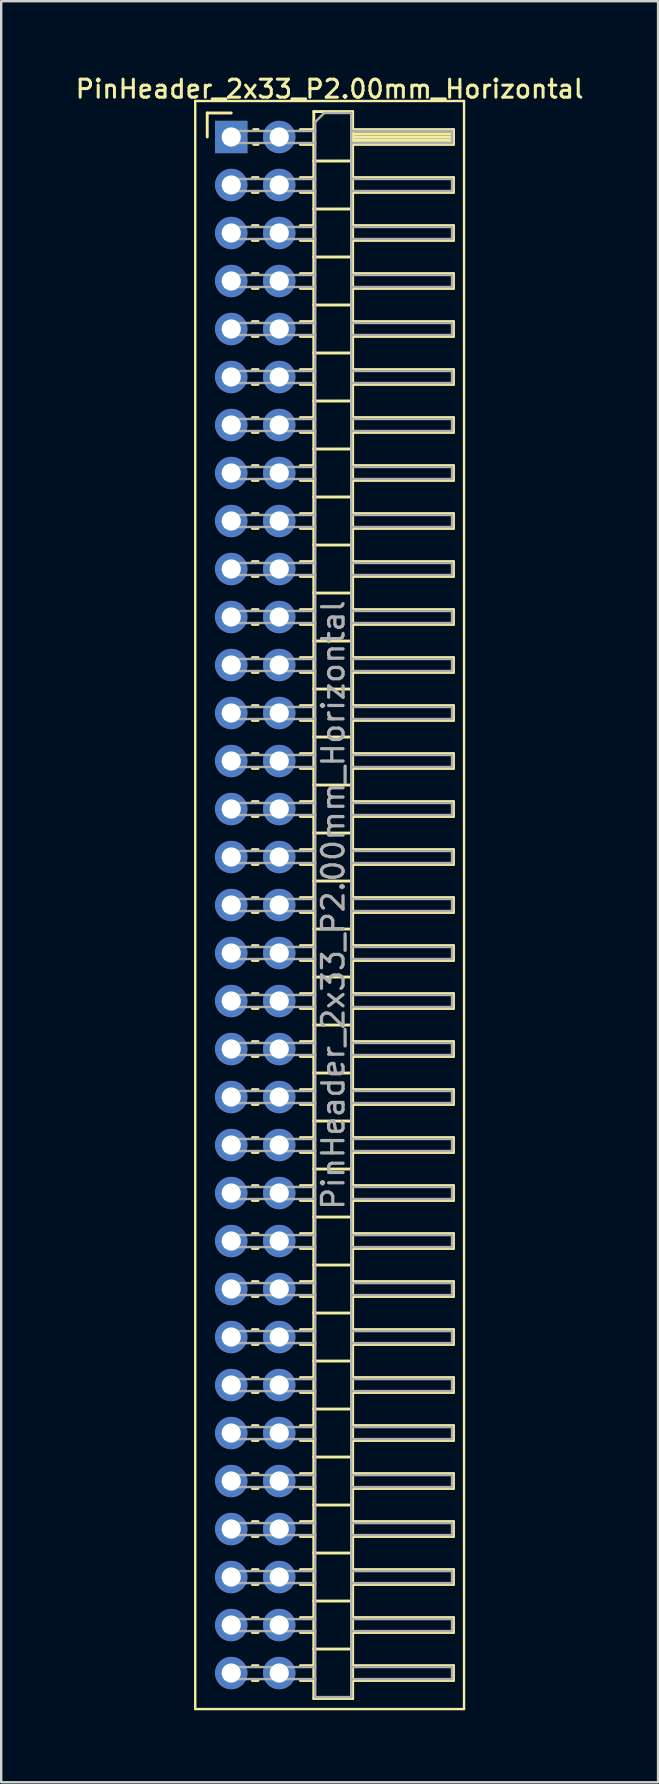
<source format=kicad_pcb>
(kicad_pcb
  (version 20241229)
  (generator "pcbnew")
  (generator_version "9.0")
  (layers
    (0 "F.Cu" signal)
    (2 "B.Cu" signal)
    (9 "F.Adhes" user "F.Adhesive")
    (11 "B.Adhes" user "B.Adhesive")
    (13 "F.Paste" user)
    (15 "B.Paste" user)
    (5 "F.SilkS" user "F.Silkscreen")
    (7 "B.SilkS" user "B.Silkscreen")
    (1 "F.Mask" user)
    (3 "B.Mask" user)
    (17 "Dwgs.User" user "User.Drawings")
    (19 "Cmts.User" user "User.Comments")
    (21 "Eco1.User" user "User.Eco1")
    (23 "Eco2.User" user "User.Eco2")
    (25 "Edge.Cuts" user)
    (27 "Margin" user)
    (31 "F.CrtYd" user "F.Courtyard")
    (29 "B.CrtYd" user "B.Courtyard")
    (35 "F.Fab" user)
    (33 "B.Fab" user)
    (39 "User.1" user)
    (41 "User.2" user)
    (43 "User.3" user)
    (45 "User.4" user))
  (footprint "PinHeader_2x33_P2.00mm_Horizontal"
    (layer "F.Cu")
    (at 6.584 2.658)
    (property "Reference" "PinHeader_2x33_P2.00mm_Horizontal" (at 4.1 -2 0) (layer "F.SilkS") (effects (font (size 0.75 0.75) (thickness 0.125))))
    (attr through_hole)
    (fp_line (start -1.5 -1.5) (end -1.5 65.5) (stroke (width 0.1) (type solid)) (layer "F.SilkS"))
    (fp_line (start -1.5 65.5) (end 9.7 65.5) (stroke (width 0.1) (type solid)) (layer "F.SilkS"))
    (fp_line (start -1 -1) (end 0 -1) (stroke (width 0.12) (type solid)) (layer "F.SilkS"))
    (fp_line (start -1 0) (end -1 -1) (stroke (width 0.12) (type solid)) (layer "F.SilkS"))
    (fp_line (start 0.882 1.69) (end 1.118 1.69) (stroke (width 0.12) (type solid)) (layer "F.SilkS"))
    (fp_line (start 0.882 2.31) (end 1.118 2.31) (stroke (width 0.12) (type solid)) (layer "F.SilkS"))
    (fp_line (start 0.882 3.69) (end 1.118 3.69) (stroke (width 0.12) (type solid)) (layer "F.SilkS"))
    (fp_line (start 0.882 4.31) (end 1.118 4.31) (stroke (width 0.12) (type solid)) (layer "F.SilkS"))
    (fp_line (start 0.882 5.69) (end 1.118 5.69) (stroke (width 0.12) (type solid)) (layer "F.SilkS"))
    (fp_line (start 0.882 6.31) (end 1.118 6.31) (stroke (width 0.12) (type solid)) (layer "F.SilkS"))
    (fp_line (start 0.882 7.69) (end 1.118 7.69) (stroke (width 0.12) (type solid)) (layer "F.SilkS"))
    (fp_line (start 0.882 8.31) (end 1.118 8.31) (stroke (width 0.12) (type solid)) (layer "F.SilkS"))
    (fp_line (start 0.882 9.69) (end 1.118 9.69) (stroke (width 0.12) (type solid)) (layer "F.SilkS"))
    (fp_line (start 0.882 10.31) (end 1.118 10.31) (stroke (width 0.12) (type solid)) (layer "F.SilkS"))
    (fp_line (start 0.882 11.69) (end 1.118 11.69) (stroke (width 0.12) (type solid)) (layer "F.SilkS"))
    (fp_line (start 0.882 12.31) (end 1.118 12.31) (stroke (width 0.12) (type solid)) (layer "F.SilkS"))
    (fp_line (start 0.882 13.69) (end 1.118 13.69) (stroke (width 0.12) (type solid)) (layer "F.SilkS"))
    (fp_line (start 0.882 14.31) (end 1.118 14.31) (stroke (width 0.12) (type solid)) (layer "F.SilkS"))
    (fp_line (start 0.882 15.69) (end 1.118 15.69) (stroke (width 0.12) (type solid)) (layer "F.SilkS"))
    (fp_line (start 0.882 16.31) (end 1.118 16.31) (stroke (width 0.12) (type solid)) (layer "F.SilkS"))
    (fp_line (start 0.882 17.69) (end 1.118 17.69) (stroke (width 0.12) (type solid)) (layer "F.SilkS"))
    (fp_line (start 0.882 18.31) (end 1.118 18.31) (stroke (width 0.12) (type solid)) (layer "F.SilkS"))
    (fp_line (start 0.882 19.69) (end 1.118 19.69) (stroke (width 0.12) (type solid)) (layer "F.SilkS"))
    (fp_line (start 0.882 20.31) (end 1.118 20.31) (stroke (width 0.12) (type solid)) (layer "F.SilkS"))
    (fp_line (start 0.882 21.69) (end 1.118 21.69) (stroke (width 0.12) (type solid)) (layer "F.SilkS"))
    (fp_line (start 0.882 22.31) (end 1.118 22.31) (stroke (width 0.12) (type solid)) (layer "F.SilkS"))
    (fp_line (start 0.882 23.69) (end 1.118 23.69) (stroke (width 0.12) (type solid)) (layer "F.SilkS"))
    (fp_line (start 0.882 24.31) (end 1.118 24.31) (stroke (width 0.12) (type solid)) (layer "F.SilkS"))
    (fp_line (start 0.882 25.69) (end 1.118 25.69) (stroke (width 0.12) (type solid)) (layer "F.SilkS"))
    (fp_line (start 0.882 26.31) (end 1.118 26.31) (stroke (width 0.12) (type solid)) (layer "F.SilkS"))
    (fp_line (start 0.882 27.69) (end 1.118 27.69) (stroke (width 0.12) (type solid)) (layer "F.SilkS"))
    (fp_line (start 0.882 28.31) (end 1.118 28.31) (stroke (width 0.12) (type solid)) (layer "F.SilkS"))
    (fp_line (start 0.882 29.69) (end 1.118 29.69) (stroke (width 0.12) (type solid)) (layer "F.SilkS"))
    (fp_line (start 0.882 30.31) (end 1.118 30.31) (stroke (width 0.12) (type solid)) (layer "F.SilkS"))
    (fp_line (start 0.882 31.69) (end 1.118 31.69) (stroke (width 0.12) (type solid)) (layer "F.SilkS"))
    (fp_line (start 0.882 32.31) (end 1.118 32.31) (stroke (width 0.12) (type solid)) (layer "F.SilkS"))
    (fp_line (start 0.882 33.69) (end 1.118 33.69) (stroke (width 0.12) (type solid)) (layer "F.SilkS"))
    (fp_line (start 0.882 34.31) (end 1.118 34.31) (stroke (width 0.12) (type solid)) (layer "F.SilkS"))
    (fp_line (start 0.882 35.69) (end 1.118 35.69) (stroke (width 0.12) (type solid)) (layer "F.SilkS"))
    (fp_line (start 0.882 36.31) (end 1.118 36.31) (stroke (width 0.12) (type solid)) (layer "F.SilkS"))
    (fp_line (start 0.882 37.69) (end 1.118 37.69) (stroke (width 0.12) (type solid)) (layer "F.SilkS"))
    (fp_line (start 0.882 38.31) (end 1.118 38.31) (stroke (width 0.12) (type solid)) (layer "F.SilkS"))
    (fp_line (start 0.882 39.69) (end 1.118 39.69) (stroke (width 0.12) (type solid)) (layer "F.SilkS"))
    (fp_line (start 0.882 40.31) (end 1.118 40.31) (stroke (width 0.12) (type solid)) (layer "F.SilkS"))
    (fp_line (start 0.882 41.69) (end 1.118 41.69) (stroke (width 0.12) (type solid)) (layer "F.SilkS"))
    (fp_line (start 0.882 42.31) (end 1.118 42.31) (stroke (width 0.12) (type solid)) (layer "F.SilkS"))
    (fp_line (start 0.882 43.69) (end 1.118 43.69) (stroke (width 0.12) (type solid)) (layer "F.SilkS"))
    (fp_line (start 0.882 44.31) (end 1.118 44.31) (stroke (width 0.12) (type solid)) (layer "F.SilkS"))
    (fp_line (start 0.882 45.69) (end 1.118 45.69) (stroke (width 0.12) (type solid)) (layer "F.SilkS"))
    (fp_line (start 0.882 46.31) (end 1.118 46.31) (stroke (width 0.12) (type solid)) (layer "F.SilkS"))
    (fp_line (start 0.882 47.69) (end 1.118 47.69) (stroke (width 0.12) (type solid)) (layer "F.SilkS"))
    (fp_line (start 0.882 48.31) (end 1.118 48.31) (stroke (width 0.12) (type solid)) (layer "F.SilkS"))
    (fp_line (start 0.882 49.69) (end 1.118 49.69) (stroke (width 0.12) (type solid)) (layer "F.SilkS"))
    (fp_line (start 0.882 50.31) (end 1.118 50.31) (stroke (width 0.12) (type solid)) (layer "F.SilkS"))
    (fp_line (start 0.882 51.69) (end 1.118 51.69) (stroke (width 0.12) (type solid)) (layer "F.SilkS"))
    (fp_line (start 0.882 52.31) (end 1.118 52.31) (stroke (width 0.12) (type solid)) (layer "F.SilkS"))
    (fp_line (start 0.882 53.69) (end 1.118 53.69) (stroke (width 0.12) (type solid)) (layer "F.SilkS"))
    (fp_line (start 0.882 54.31) (end 1.118 54.31) (stroke (width 0.12) (type solid)) (layer "F.SilkS"))
    (fp_line (start 0.882 55.69) (end 1.118 55.69) (stroke (width 0.12) (type solid)) (layer "F.SilkS"))
    (fp_line (start 0.882 56.31) (end 1.118 56.31) (stroke (width 0.12) (type solid)) (layer "F.SilkS"))
    (fp_line (start 0.882 57.69) (end 1.118 57.69) (stroke (width 0.12) (type solid)) (layer "F.SilkS"))
    (fp_line (start 0.882 58.31) (end 1.118 58.31) (stroke (width 0.12) (type solid)) (layer "F.SilkS"))
    (fp_line (start 0.882 59.69) (end 1.118 59.69) (stroke (width 0.12) (type solid)) (layer "F.SilkS"))
    (fp_line (start 0.882 60.31) (end 1.118 60.31) (stroke (width 0.12) (type solid)) (layer "F.SilkS"))
    (fp_line (start 0.882 61.69) (end 1.118 61.69) (stroke (width 0.12) (type solid)) (layer "F.SilkS"))
    (fp_line (start 0.882 62.31) (end 1.118 62.31) (stroke (width 0.12) (type solid)) (layer "F.SilkS"))
    (fp_line (start 0.882 63.69) (end 1.118 63.69) (stroke (width 0.12) (type solid)) (layer "F.SilkS"))
    (fp_line (start 0.882 64.31) (end 1.118 64.31) (stroke (width 0.12) (type solid)) (layer "F.SilkS"))
    (fp_line (start 0.935 -0.31) (end 1.118 -0.31) (stroke (width 0.12) (type solid)) (layer "F.SilkS"))
    (fp_line (start 0.935 0.31) (end 1.118 0.31) (stroke (width 0.12) (type solid)) (layer "F.SilkS"))
    (fp_line (start 2.882 -0.31) (end 3.44 -0.31) (stroke (width 0.12) (type solid)) (layer "F.SilkS"))
    (fp_line (start 2.882 0.31) (end 3.44 0.31) (stroke (width 0.12) (type solid)) (layer "F.SilkS"))
    (fp_line (start 2.882 1.69) (end 3.44 1.69) (stroke (width 0.12) (type solid)) (layer "F.SilkS"))
    (fp_line (start 2.882 2.31) (end 3.44 2.31) (stroke (width 0.12) (type solid)) (layer "F.SilkS"))
    (fp_line (start 2.882 3.69) (end 3.44 3.69) (stroke (width 0.12) (type solid)) (layer "F.SilkS"))
    (fp_line (start 2.882 4.31) (end 3.44 4.31) (stroke (width 0.12) (type solid)) (layer "F.SilkS"))
    (fp_line (start 2.882 5.69) (end 3.44 5.69) (stroke (width 0.12) (type solid)) (layer "F.SilkS"))
    (fp_line (start 2.882 6.31) (end 3.44 6.31) (stroke (width 0.12) (type solid)) (layer "F.SilkS"))
    (fp_line (start 2.882 7.69) (end 3.44 7.69) (stroke (width 0.12) (type solid)) (layer "F.SilkS"))
    (fp_line (start 2.882 8.31) (end 3.44 8.31) (stroke (width 0.12) (type solid)) (layer "F.SilkS"))
    (fp_line (start 2.882 9.69) (end 3.44 9.69) (stroke (width 0.12) (type solid)) (layer "F.SilkS"))
    (fp_line (start 2.882 10.31) (end 3.44 10.31) (stroke (width 0.12) (type solid)) (layer "F.SilkS"))
    (fp_line (start 2.882 11.69) (end 3.44 11.69) (stroke (width 0.12) (type solid)) (layer "F.SilkS"))
    (fp_line (start 2.882 12.31) (end 3.44 12.31) (stroke (width 0.12) (type solid)) (layer "F.SilkS"))
    (fp_line (start 2.882 13.69) (end 3.44 13.69) (stroke (width 0.12) (type solid)) (layer "F.SilkS"))
    (fp_line (start 2.882 14.31) (end 3.44 14.31) (stroke (width 0.12) (type solid)) (layer "F.SilkS"))
    (fp_line (start 2.882 15.69) (end 3.44 15.69) (stroke (width 0.12) (type solid)) (layer "F.SilkS"))
    (fp_line (start 2.882 16.31) (end 3.44 16.31) (stroke (width 0.12) (type solid)) (layer "F.SilkS"))
    (fp_line (start 2.882 17.69) (end 3.44 17.69) (stroke (width 0.12) (type solid)) (layer "F.SilkS"))
    (fp_line (start 2.882 18.31) (end 3.44 18.31) (stroke (width 0.12) (type solid)) (layer "F.SilkS"))
    (fp_line (start 2.882 19.69) (end 3.44 19.69) (stroke (width 0.12) (type solid)) (layer "F.SilkS"))
    (fp_line (start 2.882 20.31) (end 3.44 20.31) (stroke (width 0.12) (type solid)) (layer "F.SilkS"))
    (fp_line (start 2.882 21.69) (end 3.44 21.69) (stroke (width 0.12) (type solid)) (layer "F.SilkS"))
    (fp_line (start 2.882 22.31) (end 3.44 22.31) (stroke (width 0.12) (type solid)) (layer "F.SilkS"))
    (fp_line (start 2.882 23.69) (end 3.44 23.69) (stroke (width 0.12) (type solid)) (layer "F.SilkS"))
    (fp_line (start 2.882 24.31) (end 3.44 24.31) (stroke (width 0.12) (type solid)) (layer "F.SilkS"))
    (fp_line (start 2.882 25.69) (end 3.44 25.69) (stroke (width 0.12) (type solid)) (layer "F.SilkS"))
    (fp_line (start 2.882 26.31) (end 3.44 26.31) (stroke (width 0.12) (type solid)) (layer "F.SilkS"))
    (fp_line (start 2.882 27.69) (end 3.44 27.69) (stroke (width 0.12) (type solid)) (layer "F.SilkS"))
    (fp_line (start 2.882 28.31) (end 3.44 28.31) (stroke (width 0.12) (type solid)) (layer "F.SilkS"))
    (fp_line (start 2.882 29.69) (end 3.44 29.69) (stroke (width 0.12) (type solid)) (layer "F.SilkS"))
    (fp_line (start 2.882 30.31) (end 3.44 30.31) (stroke (width 0.12) (type solid)) (layer "F.SilkS"))
    (fp_line (start 2.882 31.69) (end 3.44 31.69) (stroke (width 0.12) (type solid)) (layer "F.SilkS"))
    (fp_line (start 2.882 32.31) (end 3.44 32.31) (stroke (width 0.12) (type solid)) (layer "F.SilkS"))
    (fp_line (start 2.882 33.69) (end 3.44 33.69) (stroke (width 0.12) (type solid)) (layer "F.SilkS"))
    (fp_line (start 2.882 34.31) (end 3.44 34.31) (stroke (width 0.12) (type solid)) (layer "F.SilkS"))
    (fp_line (start 2.882 35.69) (end 3.44 35.69) (stroke (width 0.12) (type solid)) (layer "F.SilkS"))
    (fp_line (start 2.882 36.31) (end 3.44 36.31) (stroke (width 0.12) (type solid)) (layer "F.SilkS"))
    (fp_line (start 2.882 37.69) (end 3.44 37.69) (stroke (width 0.12) (type solid)) (layer "F.SilkS"))
    (fp_line (start 2.882 38.31) (end 3.44 38.31) (stroke (width 0.12) (type solid)) (layer "F.SilkS"))
    (fp_line (start 2.882 39.69) (end 3.44 39.69) (stroke (width 0.12) (type solid)) (layer "F.SilkS"))
    (fp_line (start 2.882 40.31) (end 3.44 40.31) (stroke (width 0.12) (type solid)) (layer "F.SilkS"))
    (fp_line (start 2.882 41.69) (end 3.44 41.69) (stroke (width 0.12) (type solid)) (layer "F.SilkS"))
    (fp_line (start 2.882 42.31) (end 3.44 42.31) (stroke (width 0.12) (type solid)) (layer "F.SilkS"))
    (fp_line (start 2.882 43.69) (end 3.44 43.69) (stroke (width 0.12) (type solid)) (layer "F.SilkS"))
    (fp_line (start 2.882 44.31) (end 3.44 44.31) (stroke (width 0.12) (type solid)) (layer "F.SilkS"))
    (fp_line (start 2.882 45.69) (end 3.44 45.69) (stroke (width 0.12) (type solid)) (layer "F.SilkS"))
    (fp_line (start 2.882 46.31) (end 3.44 46.31) (stroke (width 0.12) (type solid)) (layer "F.SilkS"))
    (fp_line (start 2.882 47.69) (end 3.44 47.69) (stroke (width 0.12) (type solid)) (layer "F.SilkS"))
    (fp_line (start 2.882 48.31) (end 3.44 48.31) (stroke (width 0.12) (type solid)) (layer "F.SilkS"))
    (fp_line (start 2.882 49.69) (end 3.44 49.69) (stroke (width 0.12) (type solid)) (layer "F.SilkS"))
    (fp_line (start 2.882 50.31) (end 3.44 50.31) (stroke (width 0.12) (type solid)) (layer "F.SilkS"))
    (fp_line (start 2.882 51.69) (end 3.44 51.69) (stroke (width 0.12) (type solid)) (layer "F.SilkS"))
    (fp_line (start 2.882 52.31) (end 3.44 52.31) (stroke (width 0.12) (type solid)) (layer "F.SilkS"))
    (fp_line (start 2.882 53.69) (end 3.44 53.69) (stroke (width 0.12) (type solid)) (layer "F.SilkS"))
    (fp_line (start 2.882 54.31) (end 3.44 54.31) (stroke (width 0.12) (type solid)) (layer "F.SilkS"))
    (fp_line (start 2.882 55.69) (end 3.44 55.69) (stroke (width 0.12) (type solid)) (layer "F.SilkS"))
    (fp_line (start 2.882 56.31) (end 3.44 56.31) (stroke (width 0.12) (type solid)) (layer "F.SilkS"))
    (fp_line (start 2.882 57.69) (end 3.44 57.69) (stroke (width 0.12) (type solid)) (layer "F.SilkS"))
    (fp_line (start 2.882 58.31) (end 3.44 58.31) (stroke (width 0.12) (type solid)) (layer "F.SilkS"))
    (fp_line (start 2.882 59.69) (end 3.44 59.69) (stroke (width 0.12) (type solid)) (layer "F.SilkS"))
    (fp_line (start 2.882 60.31) (end 3.44 60.31) (stroke (width 0.12) (type solid)) (layer "F.SilkS"))
    (fp_line (start 2.882 61.69) (end 3.44 61.69) (stroke (width 0.12) (type solid)) (layer "F.SilkS"))
    (fp_line (start 2.882 62.31) (end 3.44 62.31) (stroke (width 0.12) (type solid)) (layer "F.SilkS"))
    (fp_line (start 2.882 63.69) (end 3.44 63.69) (stroke (width 0.12) (type solid)) (layer "F.SilkS"))
    (fp_line (start 2.882 64.31) (end 3.44 64.31) (stroke (width 0.12) (type solid)) (layer "F.SilkS"))
    (fp_line (start 3.44 -1.06) (end 3.44 65.06) (stroke (width 0.12) (type solid)) (layer "F.SilkS"))
    (fp_line (start 3.44 1) (end 5.06 1) (stroke (width 0.12) (type solid)) (layer "F.SilkS"))
    (fp_line (start 3.44 3) (end 5.06 3) (stroke (width 0.12) (type solid)) (layer "F.SilkS"))
    (fp_line (start 3.44 5) (end 5.06 5) (stroke (width 0.12) (type solid)) (layer "F.SilkS"))
    (fp_line (start 3.44 7) (end 5.06 7) (stroke (width 0.12) (type solid)) (layer "F.SilkS"))
    (fp_line (start 3.44 9) (end 5.06 9) (stroke (width 0.12) (type solid)) (layer "F.SilkS"))
    (fp_line (start 3.44 11) (end 5.06 11) (stroke (width 0.12) (type solid)) (layer "F.SilkS"))
    (fp_line (start 3.44 13) (end 5.06 13) (stroke (width 0.12) (type solid)) (layer "F.SilkS"))
    (fp_line (start 3.44 15) (end 5.06 15) (stroke (width 0.12) (type solid)) (layer "F.SilkS"))
    (fp_line (start 3.44 17) (end 5.06 17) (stroke (width 0.12) (type solid)) (layer "F.SilkS"))
    (fp_line (start 3.44 19) (end 5.06 19) (stroke (width 0.12) (type solid)) (layer "F.SilkS"))
    (fp_line (start 3.44 21) (end 5.06 21) (stroke (width 0.12) (type solid)) (layer "F.SilkS"))
    (fp_line (start 3.44 23) (end 5.06 23) (stroke (width 0.12) (type solid)) (layer "F.SilkS"))
    (fp_line (start 3.44 25) (end 5.06 25) (stroke (width 0.12) (type solid)) (layer "F.SilkS"))
    (fp_line (start 3.44 27) (end 5.06 27) (stroke (width 0.12) (type solid)) (layer "F.SilkS"))
    (fp_line (start 3.44 29) (end 5.06 29) (stroke (width 0.12) (type solid)) (layer "F.SilkS"))
    (fp_line (start 3.44 31) (end 5.06 31) (stroke (width 0.12) (type solid)) (layer "F.SilkS"))
    (fp_line (start 3.44 33) (end 5.06 33) (stroke (width 0.12) (type solid)) (layer "F.SilkS"))
    (fp_line (start 3.44 35) (end 5.06 35) (stroke (width 0.12) (type solid)) (layer "F.SilkS"))
    (fp_line (start 3.44 37) (end 5.06 37) (stroke (width 0.12) (type solid)) (layer "F.SilkS"))
    (fp_line (start 3.44 39) (end 5.06 39) (stroke (width 0.12) (type solid)) (layer "F.SilkS"))
    (fp_line (start 3.44 41) (end 5.06 41) (stroke (width 0.12) (type solid)) (layer "F.SilkS"))
    (fp_line (start 3.44 43) (end 5.06 43) (stroke (width 0.12) (type solid)) (layer "F.SilkS"))
    (fp_line (start 3.44 45) (end 5.06 45) (stroke (width 0.12) (type solid)) (layer "F.SilkS"))
    (fp_line (start 3.44 47) (end 5.06 47) (stroke (width 0.12) (type solid)) (layer "F.SilkS"))
    (fp_line (start 3.44 49) (end 5.06 49) (stroke (width 0.12) (type solid)) (layer "F.SilkS"))
    (fp_line (start 3.44 51) (end 5.06 51) (stroke (width 0.12) (type solid)) (layer "F.SilkS"))
    (fp_line (start 3.44 53) (end 5.06 53) (stroke (width 0.12) (type solid)) (layer "F.SilkS"))
    (fp_line (start 3.44 55) (end 5.06 55) (stroke (width 0.12) (type solid)) (layer "F.SilkS"))
    (fp_line (start 3.44 57) (end 5.06 57) (stroke (width 0.12) (type solid)) (layer "F.SilkS"))
    (fp_line (start 3.44 59) (end 5.06 59) (stroke (width 0.12) (type solid)) (layer "F.SilkS"))
    (fp_line (start 3.44 61) (end 5.06 61) (stroke (width 0.12) (type solid)) (layer "F.SilkS"))
    (fp_line (start 3.44 63) (end 5.06 63) (stroke (width 0.12) (type solid)) (layer "F.SilkS"))
    (fp_line (start 3.44 65.06) (end 5.06 65.06) (stroke (width 0.12) (type solid)) (layer "F.SilkS"))
    (fp_line (start 5.06 -1.06) (end 3.44 -1.06) (stroke (width 0.12) (type solid)) (layer "F.SilkS"))
    (fp_line (start 5.06 -0.31) (end 9.26 -0.31) (stroke (width 0.12) (type solid)) (layer "F.SilkS"))
    (fp_line (start 5.06 -0.25) (end 9.26 -0.25) (stroke (width 0.12) (type solid)) (layer "F.SilkS"))
    (fp_line (start 5.06 -0.13) (end 9.26 -0.13) (stroke (width 0.12) (type solid)) (layer "F.SilkS"))
    (fp_line (start 5.06 -0.01) (end 9.26 -0.01) (stroke (width 0.12) (type solid)) (layer "F.SilkS"))
    (fp_line (start 5.06 0.11) (end 9.26 0.11) (stroke (width 0.12) (type solid)) (layer "F.SilkS"))
    (fp_line (start 5.06 0.23) (end 9.26 0.23) (stroke (width 0.12) (type solid)) (layer "F.SilkS"))
    (fp_line (start 5.06 1.69) (end 9.26 1.69) (stroke (width 0.12) (type solid)) (layer "F.SilkS"))
    (fp_line (start 5.06 3.69) (end 9.26 3.69) (stroke (width 0.12) (type solid)) (layer "F.SilkS"))
    (fp_line (start 5.06 5.69) (end 9.26 5.69) (stroke (width 0.12) (type solid)) (layer "F.SilkS"))
    (fp_line (start 5.06 7.69) (end 9.26 7.69) (stroke (width 0.12) (type solid)) (layer "F.SilkS"))
    (fp_line (start 5.06 9.69) (end 9.26 9.69) (stroke (width 0.12) (type solid)) (layer "F.SilkS"))
    (fp_line (start 5.06 11.69) (end 9.26 11.69) (stroke (width 0.12) (type solid)) (layer "F.SilkS"))
    (fp_line (start 5.06 13.69) (end 9.26 13.69) (stroke (width 0.12) (type solid)) (layer "F.SilkS"))
    (fp_line (start 5.06 15.69) (end 9.26 15.69) (stroke (width 0.12) (type solid)) (layer "F.SilkS"))
    (fp_line (start 5.06 17.69) (end 9.26 17.69) (stroke (width 0.12) (type solid)) (layer "F.SilkS"))
    (fp_line (start 5.06 19.69) (end 9.26 19.69) (stroke (width 0.12) (type solid)) (layer "F.SilkS"))
    (fp_line (start 5.06 21.69) (end 9.26 21.69) (stroke (width 0.12) (type solid)) (layer "F.SilkS"))
    (fp_line (start 5.06 23.69) (end 9.26 23.69) (stroke (width 0.12) (type solid)) (layer "F.SilkS"))
    (fp_line (start 5.06 25.69) (end 9.26 25.69) (stroke (width 0.12) (type solid)) (layer "F.SilkS"))
    (fp_line (start 5.06 27.69) (end 9.26 27.69) (stroke (width 0.12) (type solid)) (layer "F.SilkS"))
    (fp_line (start 5.06 29.69) (end 9.26 29.69) (stroke (width 0.12) (type solid)) (layer "F.SilkS"))
    (fp_line (start 5.06 31.69) (end 9.26 31.69) (stroke (width 0.12) (type solid)) (layer "F.SilkS"))
    (fp_line (start 5.06 33.69) (end 9.26 33.69) (stroke (width 0.12) (type solid)) (layer "F.SilkS"))
    (fp_line (start 5.06 35.69) (end 9.26 35.69) (stroke (width 0.12) (type solid)) (layer "F.SilkS"))
    (fp_line (start 5.06 37.69) (end 9.26 37.69) (stroke (width 0.12) (type solid)) (layer "F.SilkS"))
    (fp_line (start 5.06 39.69) (end 9.26 39.69) (stroke (width 0.12) (type solid)) (layer "F.SilkS"))
    (fp_line (start 5.06 41.69) (end 9.26 41.69) (stroke (width 0.12) (type solid)) (layer "F.SilkS"))
    (fp_line (start 5.06 43.69) (end 9.26 43.69) (stroke (width 0.12) (type solid)) (layer "F.SilkS"))
    (fp_line (start 5.06 45.69) (end 9.26 45.69) (stroke (width 0.12) (type solid)) (layer "F.SilkS"))
    (fp_line (start 5.06 47.69) (end 9.26 47.69) (stroke (width 0.12) (type solid)) (layer "F.SilkS"))
    (fp_line (start 5.06 49.69) (end 9.26 49.69) (stroke (width 0.12) (type solid)) (layer "F.SilkS"))
    (fp_line (start 5.06 51.69) (end 9.26 51.69) (stroke (width 0.12) (type solid)) (layer "F.SilkS"))
    (fp_line (start 5.06 53.69) (end 9.26 53.69) (stroke (width 0.12) (type solid)) (layer "F.SilkS"))
    (fp_line (start 5.06 55.69) (end 9.26 55.69) (stroke (width 0.12) (type solid)) (layer "F.SilkS"))
    (fp_line (start 5.06 57.69) (end 9.26 57.69) (stroke (width 0.12) (type solid)) (layer "F.SilkS"))
    (fp_line (start 5.06 59.69) (end 9.26 59.69) (stroke (width 0.12) (type solid)) (layer "F.SilkS"))
    (fp_line (start 5.06 61.69) (end 9.26 61.69) (stroke (width 0.12) (type solid)) (layer "F.SilkS"))
    (fp_line (start 5.06 63.69) (end 9.26 63.69) (stroke (width 0.12) (type solid)) (layer "F.SilkS"))
    (fp_line (start 5.06 65.06) (end 5.06 -1.06) (stroke (width 0.12) (type solid)) (layer "F.SilkS"))
    (fp_line (start 9.26 -0.31) (end 9.26 0.31) (stroke (width 0.12) (type solid)) (layer "F.SilkS"))
    (fp_line (start 9.26 0.31) (end 5.06 0.31) (stroke (width 0.12) (type solid)) (layer "F.SilkS"))
    (fp_line (start 9.26 1.69) (end 9.26 2.31) (stroke (width 0.12) (type solid)) (layer "F.SilkS"))
    (fp_line (start 9.26 2.31) (end 5.06 2.31) (stroke (width 0.12) (type solid)) (layer "F.SilkS"))
    (fp_line (start 9.26 3.69) (end 9.26 4.31) (stroke (width 0.12) (type solid)) (layer "F.SilkS"))
    (fp_line (start 9.26 4.31) (end 5.06 4.31) (stroke (width 0.12) (type solid)) (layer "F.SilkS"))
    (fp_line (start 9.26 5.69) (end 9.26 6.31) (stroke (width 0.12) (type solid)) (layer "F.SilkS"))
    (fp_line (start 9.26 6.31) (end 5.06 6.31) (stroke (width 0.12) (type solid)) (layer "F.SilkS"))
    (fp_line (start 9.26 7.69) (end 9.26 8.31) (stroke (width 0.12) (type solid)) (layer "F.SilkS"))
    (fp_line (start 9.26 8.31) (end 5.06 8.31) (stroke (width 0.12) (type solid)) (layer "F.SilkS"))
    (fp_line (start 9.26 9.69) (end 9.26 10.31) (stroke (width 0.12) (type solid)) (layer "F.SilkS"))
    (fp_line (start 9.26 10.31) (end 5.06 10.31) (stroke (width 0.12) (type solid)) (layer "F.SilkS"))
    (fp_line (start 9.26 11.69) (end 9.26 12.31) (stroke (width 0.12) (type solid)) (layer "F.SilkS"))
    (fp_line (start 9.26 12.31) (end 5.06 12.31) (stroke (width 0.12) (type solid)) (layer "F.SilkS"))
    (fp_line (start 9.26 13.69) (end 9.26 14.31) (stroke (width 0.12) (type solid)) (layer "F.SilkS"))
    (fp_line (start 9.26 14.31) (end 5.06 14.31) (stroke (width 0.12) (type solid)) (layer "F.SilkS"))
    (fp_line (start 9.26 15.69) (end 9.26 16.31) (stroke (width 0.12) (type solid)) (layer "F.SilkS"))
    (fp_line (start 9.26 16.31) (end 5.06 16.31) (stroke (width 0.12) (type solid)) (layer "F.SilkS"))
    (fp_line (start 9.26 17.69) (end 9.26 18.31) (stroke (width 0.12) (type solid)) (layer "F.SilkS"))
    (fp_line (start 9.26 18.31) (end 5.06 18.31) (stroke (width 0.12) (type solid)) (layer "F.SilkS"))
    (fp_line (start 9.26 19.69) (end 9.26 20.31) (stroke (width 0.12) (type solid)) (layer "F.SilkS"))
    (fp_line (start 9.26 20.31) (end 5.06 20.31) (stroke (width 0.12) (type solid)) (layer "F.SilkS"))
    (fp_line (start 9.26 21.69) (end 9.26 22.31) (stroke (width 0.12) (type solid)) (layer "F.SilkS"))
    (fp_line (start 9.26 22.31) (end 5.06 22.31) (stroke (width 0.12) (type solid)) (layer "F.SilkS"))
    (fp_line (start 9.26 23.69) (end 9.26 24.31) (stroke (width 0.12) (type solid)) (layer "F.SilkS"))
    (fp_line (start 9.26 24.31) (end 5.06 24.31) (stroke (width 0.12) (type solid)) (layer "F.SilkS"))
    (fp_line (start 9.26 25.69) (end 9.26 26.31) (stroke (width 0.12) (type solid)) (layer "F.SilkS"))
    (fp_line (start 9.26 26.31) (end 5.06 26.31) (stroke (width 0.12) (type solid)) (layer "F.SilkS"))
    (fp_line (start 9.26 27.69) (end 9.26 28.31) (stroke (width 0.12) (type solid)) (layer "F.SilkS"))
    (fp_line (start 9.26 28.31) (end 5.06 28.31) (stroke (width 0.12) (type solid)) (layer "F.SilkS"))
    (fp_line (start 9.26 29.69) (end 9.26 30.31) (stroke (width 0.12) (type solid)) (layer "F.SilkS"))
    (fp_line (start 9.26 30.31) (end 5.06 30.31) (stroke (width 0.12) (type solid)) (layer "F.SilkS"))
    (fp_line (start 9.26 31.69) (end 9.26 32.31) (stroke (width 0.12) (type solid)) (layer "F.SilkS"))
    (fp_line (start 9.26 32.31) (end 5.06 32.31) (stroke (width 0.12) (type solid)) (layer "F.SilkS"))
    (fp_line (start 9.26 33.69) (end 9.26 34.31) (stroke (width 0.12) (type solid)) (layer "F.SilkS"))
    (fp_line (start 9.26 34.31) (end 5.06 34.31) (stroke (width 0.12) (type solid)) (layer "F.SilkS"))
    (fp_line (start 9.26 35.69) (end 9.26 36.31) (stroke (width 0.12) (type solid)) (layer "F.SilkS"))
    (fp_line (start 9.26 36.31) (end 5.06 36.31) (stroke (width 0.12) (type solid)) (layer "F.SilkS"))
    (fp_line (start 9.26 37.69) (end 9.26 38.31) (stroke (width 0.12) (type solid)) (layer "F.SilkS"))
    (fp_line (start 9.26 38.31) (end 5.06 38.31) (stroke (width 0.12) (type solid)) (layer "F.SilkS"))
    (fp_line (start 9.26 39.69) (end 9.26 40.31) (stroke (width 0.12) (type solid)) (layer "F.SilkS"))
    (fp_line (start 9.26 40.31) (end 5.06 40.31) (stroke (width 0.12) (type solid)) (layer "F.SilkS"))
    (fp_line (start 9.26 41.69) (end 9.26 42.31) (stroke (width 0.12) (type solid)) (layer "F.SilkS"))
    (fp_line (start 9.26 42.31) (end 5.06 42.31) (stroke (width 0.12) (type solid)) (layer "F.SilkS"))
    (fp_line (start 9.26 43.69) (end 9.26 44.31) (stroke (width 0.12) (type solid)) (layer "F.SilkS"))
    (fp_line (start 9.26 44.31) (end 5.06 44.31) (stroke (width 0.12) (type solid)) (layer "F.SilkS"))
    (fp_line (start 9.26 45.69) (end 9.26 46.31) (stroke (width 0.12) (type solid)) (layer "F.SilkS"))
    (fp_line (start 9.26 46.31) (end 5.06 46.31) (stroke (width 0.12) (type solid)) (layer "F.SilkS"))
    (fp_line (start 9.26 47.69) (end 9.26 48.31) (stroke (width 0.12) (type solid)) (layer "F.SilkS"))
    (fp_line (start 9.26 48.31) (end 5.06 48.31) (stroke (width 0.12) (type solid)) (layer "F.SilkS"))
    (fp_line (start 9.26 49.69) (end 9.26 50.31) (stroke (width 0.12) (type solid)) (layer "F.SilkS"))
    (fp_line (start 9.26 50.31) (end 5.06 50.31) (stroke (width 0.12) (type solid)) (layer "F.SilkS"))
    (fp_line (start 9.26 51.69) (end 9.26 52.31) (stroke (width 0.12) (type solid)) (layer "F.SilkS"))
    (fp_line (start 9.26 52.31) (end 5.06 52.31) (stroke (width 0.12) (type solid)) (layer "F.SilkS"))
    (fp_line (start 9.26 53.69) (end 9.26 54.31) (stroke (width 0.12) (type solid)) (layer "F.SilkS"))
    (fp_line (start 9.26 54.31) (end 5.06 54.31) (stroke (width 0.12) (type solid)) (layer "F.SilkS"))
    (fp_line (start 9.26 55.69) (end 9.26 56.31) (stroke (width 0.12) (type solid)) (layer "F.SilkS"))
    (fp_line (start 9.26 56.31) (end 5.06 56.31) (stroke (width 0.12) (type solid)) (layer "F.SilkS"))
    (fp_line (start 9.26 57.69) (end 9.26 58.31) (stroke (width 0.12) (type solid)) (layer "F.SilkS"))
    (fp_line (start 9.26 58.31) (end 5.06 58.31) (stroke (width 0.12) (type solid)) (layer "F.SilkS"))
    (fp_line (start 9.26 59.69) (end 9.26 60.31) (stroke (width 0.12) (type solid)) (layer "F.SilkS"))
    (fp_line (start 9.26 60.31) (end 5.06 60.31) (stroke (width 0.12) (type solid)) (layer "F.SilkS"))
    (fp_line (start 9.26 61.69) (end 9.26 62.31) (stroke (width 0.12) (type solid)) (layer "F.SilkS"))
    (fp_line (start 9.26 62.31) (end 5.06 62.31) (stroke (width 0.12) (type solid)) (layer "F.SilkS"))
    (fp_line (start 9.26 63.69) (end 9.26 64.31) (stroke (width 0.12) (type solid)) (layer "F.SilkS"))
    (fp_line (start 9.26 64.31) (end 5.06 64.31) (stroke (width 0.12) (type solid)) (layer "F.SilkS"))
    (fp_line (start 9.7 -1.5) (end -1.5 -1.5) (stroke (width 0.1) (type solid)) (layer "F.SilkS"))
    (fp_line (start 9.7 65.5) (end 9.7 -1.5) (stroke (width 0.1) (type solid)) (layer "F.SilkS"))
    (fp_line (start -0.25 -0.25) (end -0.25 0.25) (stroke (width 0.1) (type solid)) (layer "F.Fab"))
    (fp_line (start -0.25 -0.25) (end 3.5 -0.25) (stroke (width 0.1) (type solid)) (layer "F.Fab"))
    (fp_line (start -0.25 0.25) (end 3.5 0.25) (stroke (width 0.1) (type solid)) (layer "F.Fab"))
    (fp_line (start -0.25 1.75) (end -0.25 2.25) (stroke (width 0.1) (type solid)) (layer "F.Fab"))
    (fp_line (start -0.25 1.75) (end 3.5 1.75) (stroke (width 0.1) (type solid)) (layer "F.Fab"))
    (fp_line (start -0.25 2.25) (end 3.5 2.25) (stroke (width 0.1) (type solid)) (layer "F.Fab"))
    (fp_line (start -0.25 3.75) (end -0.25 4.25) (stroke (width 0.1) (type solid)) (layer "F.Fab"))
    (fp_line (start -0.25 3.75) (end 3.5 3.75) (stroke (width 0.1) (type solid)) (layer "F.Fab"))
    (fp_line (start -0.25 4.25) (end 3.5 4.25) (stroke (width 0.1) (type solid)) (layer "F.Fab"))
    (fp_line (start -0.25 5.75) (end -0.25 6.25) (stroke (width 0.1) (type solid)) (layer "F.Fab"))
    (fp_line (start -0.25 5.75) (end 3.5 5.75) (stroke (width 0.1) (type solid)) (layer "F.Fab"))
    (fp_line (start -0.25 6.25) (end 3.5 6.25) (stroke (width 0.1) (type solid)) (layer "F.Fab"))
    (fp_line (start -0.25 7.75) (end -0.25 8.25) (stroke (width 0.1) (type solid)) (layer "F.Fab"))
    (fp_line (start -0.25 7.75) (end 3.5 7.75) (stroke (width 0.1) (type solid)) (layer "F.Fab"))
    (fp_line (start -0.25 8.25) (end 3.5 8.25) (stroke (width 0.1) (type solid)) (layer "F.Fab"))
    (fp_line (start -0.25 9.75) (end -0.25 10.25) (stroke (width 0.1) (type solid)) (layer "F.Fab"))
    (fp_line (start -0.25 9.75) (end 3.5 9.75) (stroke (width 0.1) (type solid)) (layer "F.Fab"))
    (fp_line (start -0.25 10.25) (end 3.5 10.25) (stroke (width 0.1) (type solid)) (layer "F.Fab"))
    (fp_line (start -0.25 11.75) (end -0.25 12.25) (stroke (width 0.1) (type solid)) (layer "F.Fab"))
    (fp_line (start -0.25 11.75) (end 3.5 11.75) (stroke (width 0.1) (type solid)) (layer "F.Fab"))
    (fp_line (start -0.25 12.25) (end 3.5 12.25) (stroke (width 0.1) (type solid)) (layer "F.Fab"))
    (fp_line (start -0.25 13.75) (end -0.25 14.25) (stroke (width 0.1) (type solid)) (layer "F.Fab"))
    (fp_line (start -0.25 13.75) (end 3.5 13.75) (stroke (width 0.1) (type solid)) (layer "F.Fab"))
    (fp_line (start -0.25 14.25) (end 3.5 14.25) (stroke (width 0.1) (type solid)) (layer "F.Fab"))
    (fp_line (start -0.25 15.75) (end -0.25 16.25) (stroke (width 0.1) (type solid)) (layer "F.Fab"))
    (fp_line (start -0.25 15.75) (end 3.5 15.75) (stroke (width 0.1) (type solid)) (layer "F.Fab"))
    (fp_line (start -0.25 16.25) (end 3.5 16.25) (stroke (width 0.1) (type solid)) (layer "F.Fab"))
    (fp_line (start -0.25 17.75) (end -0.25 18.25) (stroke (width 0.1) (type solid)) (layer "F.Fab"))
    (fp_line (start -0.25 17.75) (end 3.5 17.75) (stroke (width 0.1) (type solid)) (layer "F.Fab"))
    (fp_line (start -0.25 18.25) (end 3.5 18.25) (stroke (width 0.1) (type solid)) (layer "F.Fab"))
    (fp_line (start -0.25 19.75) (end -0.25 20.25) (stroke (width 0.1) (type solid)) (layer "F.Fab"))
    (fp_line (start -0.25 19.75) (end 3.5 19.75) (stroke (width 0.1) (type solid)) (layer "F.Fab"))
    (fp_line (start -0.25 20.25) (end 3.5 20.25) (stroke (width 0.1) (type solid)) (layer "F.Fab"))
    (fp_line (start -0.25 21.75) (end -0.25 22.25) (stroke (width 0.1) (type solid)) (layer "F.Fab"))
    (fp_line (start -0.25 21.75) (end 3.5 21.75) (stroke (width 0.1) (type solid)) (layer "F.Fab"))
    (fp_line (start -0.25 22.25) (end 3.5 22.25) (stroke (width 0.1) (type solid)) (layer "F.Fab"))
    (fp_line (start -0.25 23.75) (end -0.25 24.25) (stroke (width 0.1) (type solid)) (layer "F.Fab"))
    (fp_line (start -0.25 23.75) (end 3.5 23.75) (stroke (width 0.1) (type solid)) (layer "F.Fab"))
    (fp_line (start -0.25 24.25) (end 3.5 24.25) (stroke (width 0.1) (type solid)) (layer "F.Fab"))
    (fp_line (start -0.25 25.75) (end -0.25 26.25) (stroke (width 0.1) (type solid)) (layer "F.Fab"))
    (fp_line (start -0.25 25.75) (end 3.5 25.75) (stroke (width 0.1) (type solid)) (layer "F.Fab"))
    (fp_line (start -0.25 26.25) (end 3.5 26.25) (stroke (width 0.1) (type solid)) (layer "F.Fab"))
    (fp_line (start -0.25 27.75) (end -0.25 28.25) (stroke (width 0.1) (type solid)) (layer "F.Fab"))
    (fp_line (start -0.25 27.75) (end 3.5 27.75) (stroke (width 0.1) (type solid)) (layer "F.Fab"))
    (fp_line (start -0.25 28.25) (end 3.5 28.25) (stroke (width 0.1) (type solid)) (layer "F.Fab"))
    (fp_line (start -0.25 29.75) (end -0.25 30.25) (stroke (width 0.1) (type solid)) (layer "F.Fab"))
    (fp_line (start -0.25 29.75) (end 3.5 29.75) (stroke (width 0.1) (type solid)) (layer "F.Fab"))
    (fp_line (start -0.25 30.25) (end 3.5 30.25) (stroke (width 0.1) (type solid)) (layer "F.Fab"))
    (fp_line (start -0.25 31.75) (end -0.25 32.25) (stroke (width 0.1) (type solid)) (layer "F.Fab"))
    (fp_line (start -0.25 31.75) (end 3.5 31.75) (stroke (width 0.1) (type solid)) (layer "F.Fab"))
    (fp_line (start -0.25 32.25) (end 3.5 32.25) (stroke (width 0.1) (type solid)) (layer "F.Fab"))
    (fp_line (start -0.25 33.75) (end -0.25 34.25) (stroke (width 0.1) (type solid)) (layer "F.Fab"))
    (fp_line (start -0.25 33.75) (end 3.5 33.75) (stroke (width 0.1) (type solid)) (layer "F.Fab"))
    (fp_line (start -0.25 34.25) (end 3.5 34.25) (stroke (width 0.1) (type solid)) (layer "F.Fab"))
    (fp_line (start -0.25 35.75) (end -0.25 36.25) (stroke (width 0.1) (type solid)) (layer "F.Fab"))
    (fp_line (start -0.25 35.75) (end 3.5 35.75) (stroke (width 0.1) (type solid)) (layer "F.Fab"))
    (fp_line (start -0.25 36.25) (end 3.5 36.25) (stroke (width 0.1) (type solid)) (layer "F.Fab"))
    (fp_line (start -0.25 37.75) (end -0.25 38.25) (stroke (width 0.1) (type solid)) (layer "F.Fab"))
    (fp_line (start -0.25 37.75) (end 3.5 37.75) (stroke (width 0.1) (type solid)) (layer "F.Fab"))
    (fp_line (start -0.25 38.25) (end 3.5 38.25) (stroke (width 0.1) (type solid)) (layer "F.Fab"))
    (fp_line (start -0.25 39.75) (end -0.25 40.25) (stroke (width 0.1) (type solid)) (layer "F.Fab"))
    (fp_line (start -0.25 39.75) (end 3.5 39.75) (stroke (width 0.1) (type solid)) (layer "F.Fab"))
    (fp_line (start -0.25 40.25) (end 3.5 40.25) (stroke (width 0.1) (type solid)) (layer "F.Fab"))
    (fp_line (start -0.25 41.75) (end -0.25 42.25) (stroke (width 0.1) (type solid)) (layer "F.Fab"))
    (fp_line (start -0.25 41.75) (end 3.5 41.75) (stroke (width 0.1) (type solid)) (layer "F.Fab"))
    (fp_line (start -0.25 42.25) (end 3.5 42.25) (stroke (width 0.1) (type solid)) (layer "F.Fab"))
    (fp_line (start -0.25 43.75) (end -0.25 44.25) (stroke (width 0.1) (type solid)) (layer "F.Fab"))
    (fp_line (start -0.25 43.75) (end 3.5 43.75) (stroke (width 0.1) (type solid)) (layer "F.Fab"))
    (fp_line (start -0.25 44.25) (end 3.5 44.25) (stroke (width 0.1) (type solid)) (layer "F.Fab"))
    (fp_line (start -0.25 45.75) (end -0.25 46.25) (stroke (width 0.1) (type solid)) (layer "F.Fab"))
    (fp_line (start -0.25 45.75) (end 3.5 45.75) (stroke (width 0.1) (type solid)) (layer "F.Fab"))
    (fp_line (start -0.25 46.25) (end 3.5 46.25) (stroke (width 0.1) (type solid)) (layer "F.Fab"))
    (fp_line (start -0.25 47.75) (end -0.25 48.25) (stroke (width 0.1) (type solid)) (layer "F.Fab"))
    (fp_line (start -0.25 47.75) (end 3.5 47.75) (stroke (width 0.1) (type solid)) (layer "F.Fab"))
    (fp_line (start -0.25 48.25) (end 3.5 48.25) (stroke (width 0.1) (type solid)) (layer "F.Fab"))
    (fp_line (start -0.25 49.75) (end -0.25 50.25) (stroke (width 0.1) (type solid)) (layer "F.Fab"))
    (fp_line (start -0.25 49.75) (end 3.5 49.75) (stroke (width 0.1) (type solid)) (layer "F.Fab"))
    (fp_line (start -0.25 50.25) (end 3.5 50.25) (stroke (width 0.1) (type solid)) (layer "F.Fab"))
    (fp_line (start -0.25 51.75) (end -0.25 52.25) (stroke (width 0.1) (type solid)) (layer "F.Fab"))
    (fp_line (start -0.25 51.75) (end 3.5 51.75) (stroke (width 0.1) (type solid)) (layer "F.Fab"))
    (fp_line (start -0.25 52.25) (end 3.5 52.25) (stroke (width 0.1) (type solid)) (layer "F.Fab"))
    (fp_line (start -0.25 53.75) (end -0.25 54.25) (stroke (width 0.1) (type solid)) (layer "F.Fab"))
    (fp_line (start -0.25 53.75) (end 3.5 53.75) (stroke (width 0.1) (type solid)) (layer "F.Fab"))
    (fp_line (start -0.25 54.25) (end 3.5 54.25) (stroke (width 0.1) (type solid)) (layer "F.Fab"))
    (fp_line (start -0.25 55.75) (end -0.25 56.25) (stroke (width 0.1) (type solid)) (layer "F.Fab"))
    (fp_line (start -0.25 55.75) (end 3.5 55.75) (stroke (width 0.1) (type solid)) (layer "F.Fab"))
    (fp_line (start -0.25 56.25) (end 3.5 56.25) (stroke (width 0.1) (type solid)) (layer "F.Fab"))
    (fp_line (start -0.25 57.75) (end -0.25 58.25) (stroke (width 0.1) (type solid)) (layer "F.Fab"))
    (fp_line (start -0.25 57.75) (end 3.5 57.75) (stroke (width 0.1) (type solid)) (layer "F.Fab"))
    (fp_line (start -0.25 58.25) (end 3.5 58.25) (stroke (width 0.1) (type solid)) (layer "F.Fab"))
    (fp_line (start -0.25 59.75) (end -0.25 60.25) (stroke (width 0.1) (type solid)) (layer "F.Fab"))
    (fp_line (start -0.25 59.75) (end 3.5 59.75) (stroke (width 0.1) (type solid)) (layer "F.Fab"))
    (fp_line (start -0.25 60.25) (end 3.5 60.25) (stroke (width 0.1) (type solid)) (layer "F.Fab"))
    (fp_line (start -0.25 61.75) (end -0.25 62.25) (stroke (width 0.1) (type solid)) (layer "F.Fab"))
    (fp_line (start -0.25 61.75) (end 3.5 61.75) (stroke (width 0.1) (type solid)) (layer "F.Fab"))
    (fp_line (start -0.25 62.25) (end 3.5 62.25) (stroke (width 0.1) (type solid)) (layer "F.Fab"))
    (fp_line (start -0.25 63.75) (end -0.25 64.25) (stroke (width 0.1) (type solid)) (layer "F.Fab"))
    (fp_line (start -0.25 63.75) (end 3.5 63.75) (stroke (width 0.1) (type solid)) (layer "F.Fab"))
    (fp_line (start -0.25 64.25) (end 3.5 64.25) (stroke (width 0.1) (type solid)) (layer "F.Fab"))
    (fp_line (start 3.5 -0.625) (end 3.875 -1) (stroke (width 0.1) (type solid)) (layer "F.Fab"))
    (fp_line (start 3.5 65) (end 3.5 -0.625) (stroke (width 0.1) (type solid)) (layer "F.Fab"))
    (fp_line (start 3.875 -1) (end 5 -1) (stroke (width 0.1) (type solid)) (layer "F.Fab"))
    (fp_line (start 5 -1) (end 5 65) (stroke (width 0.1) (type solid)) (layer "F.Fab"))
    (fp_line (start 5 -0.25) (end 9.2 -0.25) (stroke (width 0.1) (type solid)) (layer "F.Fab"))
    (fp_line (start 5 0.25) (end 9.2 0.25) (stroke (width 0.1) (type solid)) (layer "F.Fab"))
    (fp_line (start 5 1.75) (end 9.2 1.75) (stroke (width 0.1) (type solid)) (layer "F.Fab"))
    (fp_line (start 5 2.25) (end 9.2 2.25) (stroke (width 0.1) (type solid)) (layer "F.Fab"))
    (fp_line (start 5 3.75) (end 9.2 3.75) (stroke (width 0.1) (type solid)) (layer "F.Fab"))
    (fp_line (start 5 4.25) (end 9.2 4.25) (stroke (width 0.1) (type solid)) (layer "F.Fab"))
    (fp_line (start 5 5.75) (end 9.2 5.75) (stroke (width 0.1) (type solid)) (layer "F.Fab"))
    (fp_line (start 5 6.25) (end 9.2 6.25) (stroke (width 0.1) (type solid)) (layer "F.Fab"))
    (fp_line (start 5 7.75) (end 9.2 7.75) (stroke (width 0.1) (type solid)) (layer "F.Fab"))
    (fp_line (start 5 8.25) (end 9.2 8.25) (stroke (width 0.1) (type solid)) (layer "F.Fab"))
    (fp_line (start 5 9.75) (end 9.2 9.75) (stroke (width 0.1) (type solid)) (layer "F.Fab"))
    (fp_line (start 5 10.25) (end 9.2 10.25) (stroke (width 0.1) (type solid)) (layer "F.Fab"))
    (fp_line (start 5 11.75) (end 9.2 11.75) (stroke (width 0.1) (type solid)) (layer "F.Fab"))
    (fp_line (start 5 12.25) (end 9.2 12.25) (stroke (width 0.1) (type solid)) (layer "F.Fab"))
    (fp_line (start 5 13.75) (end 9.2 13.75) (stroke (width 0.1) (type solid)) (layer "F.Fab"))
    (fp_line (start 5 14.25) (end 9.2 14.25) (stroke (width 0.1) (type solid)) (layer "F.Fab"))
    (fp_line (start 5 15.75) (end 9.2 15.75) (stroke (width 0.1) (type solid)) (layer "F.Fab"))
    (fp_line (start 5 16.25) (end 9.2 16.25) (stroke (width 0.1) (type solid)) (layer "F.Fab"))
    (fp_line (start 5 17.75) (end 9.2 17.75) (stroke (width 0.1) (type solid)) (layer "F.Fab"))
    (fp_line (start 5 18.25) (end 9.2 18.25) (stroke (width 0.1) (type solid)) (layer "F.Fab"))
    (fp_line (start 5 19.75) (end 9.2 19.75) (stroke (width 0.1) (type solid)) (layer "F.Fab"))
    (fp_line (start 5 20.25) (end 9.2 20.25) (stroke (width 0.1) (type solid)) (layer "F.Fab"))
    (fp_line (start 5 21.75) (end 9.2 21.75) (stroke (width 0.1) (type solid)) (layer "F.Fab"))
    (fp_line (start 5 22.25) (end 9.2 22.25) (stroke (width 0.1) (type solid)) (layer "F.Fab"))
    (fp_line (start 5 23.75) (end 9.2 23.75) (stroke (width 0.1) (type solid)) (layer "F.Fab"))
    (fp_line (start 5 24.25) (end 9.2 24.25) (stroke (width 0.1) (type solid)) (layer "F.Fab"))
    (fp_line (start 5 25.75) (end 9.2 25.75) (stroke (width 0.1) (type solid)) (layer "F.Fab"))
    (fp_line (start 5 26.25) (end 9.2 26.25) (stroke (width 0.1) (type solid)) (layer "F.Fab"))
    (fp_line (start 5 27.75) (end 9.2 27.75) (stroke (width 0.1) (type solid)) (layer "F.Fab"))
    (fp_line (start 5 28.25) (end 9.2 28.25) (stroke (width 0.1) (type solid)) (layer "F.Fab"))
    (fp_line (start 5 29.75) (end 9.2 29.75) (stroke (width 0.1) (type solid)) (layer "F.Fab"))
    (fp_line (start 5 30.25) (end 9.2 30.25) (stroke (width 0.1) (type solid)) (layer "F.Fab"))
    (fp_line (start 5 31.75) (end 9.2 31.75) (stroke (width 0.1) (type solid)) (layer "F.Fab"))
    (fp_line (start 5 32.25) (end 9.2 32.25) (stroke (width 0.1) (type solid)) (layer "F.Fab"))
    (fp_line (start 5 33.75) (end 9.2 33.75) (stroke (width 0.1) (type solid)) (layer "F.Fab"))
    (fp_line (start 5 34.25) (end 9.2 34.25) (stroke (width 0.1) (type solid)) (layer "F.Fab"))
    (fp_line (start 5 35.75) (end 9.2 35.75) (stroke (width 0.1) (type solid)) (layer "F.Fab"))
    (fp_line (start 5 36.25) (end 9.2 36.25) (stroke (width 0.1) (type solid)) (layer "F.Fab"))
    (fp_line (start 5 37.75) (end 9.2 37.75) (stroke (width 0.1) (type solid)) (layer "F.Fab"))
    (fp_line (start 5 38.25) (end 9.2 38.25) (stroke (width 0.1) (type solid)) (layer "F.Fab"))
    (fp_line (start 5 39.75) (end 9.2 39.75) (stroke (width 0.1) (type solid)) (layer "F.Fab"))
    (fp_line (start 5 40.25) (end 9.2 40.25) (stroke (width 0.1) (type solid)) (layer "F.Fab"))
    (fp_line (start 5 41.75) (end 9.2 41.75) (stroke (width 0.1) (type solid)) (layer "F.Fab"))
    (fp_line (start 5 42.25) (end 9.2 42.25) (stroke (width 0.1) (type solid)) (layer "F.Fab"))
    (fp_line (start 5 43.75) (end 9.2 43.75) (stroke (width 0.1) (type solid)) (layer "F.Fab"))
    (fp_line (start 5 44.25) (end 9.2 44.25) (stroke (width 0.1) (type solid)) (layer "F.Fab"))
    (fp_line (start 5 45.75) (end 9.2 45.75) (stroke (width 0.1) (type solid)) (layer "F.Fab"))
    (fp_line (start 5 46.25) (end 9.2 46.25) (stroke (width 0.1) (type solid)) (layer "F.Fab"))
    (fp_line (start 5 47.75) (end 9.2 47.75) (stroke (width 0.1) (type solid)) (layer "F.Fab"))
    (fp_line (start 5 48.25) (end 9.2 48.25) (stroke (width 0.1) (type solid)) (layer "F.Fab"))
    (fp_line (start 5 49.75) (end 9.2 49.75) (stroke (width 0.1) (type solid)) (layer "F.Fab"))
    (fp_line (start 5 50.25) (end 9.2 50.25) (stroke (width 0.1) (type solid)) (layer "F.Fab"))
    (fp_line (start 5 51.75) (end 9.2 51.75) (stroke (width 0.1) (type solid)) (layer "F.Fab"))
    (fp_line (start 5 52.25) (end 9.2 52.25) (stroke (width 0.1) (type solid)) (layer "F.Fab"))
    (fp_line (start 5 53.75) (end 9.2 53.75) (stroke (width 0.1) (type solid)) (layer "F.Fab"))
    (fp_line (start 5 54.25) (end 9.2 54.25) (stroke (width 0.1) (type solid)) (layer "F.Fab"))
    (fp_line (start 5 55.75) (end 9.2 55.75) (stroke (width 0.1) (type solid)) (layer "F.Fab"))
    (fp_line (start 5 56.25) (end 9.2 56.25) (stroke (width 0.1) (type solid)) (layer "F.Fab"))
    (fp_line (start 5 57.75) (end 9.2 57.75) (stroke (width 0.1) (type solid)) (layer "F.Fab"))
    (fp_line (start 5 58.25) (end 9.2 58.25) (stroke (width 0.1) (type solid)) (layer "F.Fab"))
    (fp_line (start 5 59.75) (end 9.2 59.75) (stroke (width 0.1) (type solid)) (layer "F.Fab"))
    (fp_line (start 5 60.25) (end 9.2 60.25) (stroke (width 0.1) (type solid)) (layer "F.Fab"))
    (fp_line (start 5 61.75) (end 9.2 61.75) (stroke (width 0.1) (type solid)) (layer "F.Fab"))
    (fp_line (start 5 62.25) (end 9.2 62.25) (stroke (width 0.1) (type solid)) (layer "F.Fab"))
    (fp_line (start 5 63.75) (end 9.2 63.75) (stroke (width 0.1) (type solid)) (layer "F.Fab"))
    (fp_line (start 5 64.25) (end 9.2 64.25) (stroke (width 0.1) (type solid)) (layer "F.Fab"))
    (fp_line (start 5 65) (end 3.5 65) (stroke (width 0.1) (type solid)) (layer "F.Fab"))
    (fp_line (start 9.2 -0.25) (end 9.2 0.25) (stroke (width 0.1) (type solid)) (layer "F.Fab"))
    (fp_line (start 9.2 1.75) (end 9.2 2.25) (stroke (width 0.1) (type solid)) (layer "F.Fab"))
    (fp_line (start 9.2 3.75) (end 9.2 4.25) (stroke (width 0.1) (type solid)) (layer "F.Fab"))
    (fp_line (start 9.2 5.75) (end 9.2 6.25) (stroke (width 0.1) (type solid)) (layer "F.Fab"))
    (fp_line (start 9.2 7.75) (end 9.2 8.25) (stroke (width 0.1) (type solid)) (layer "F.Fab"))
    (fp_line (start 9.2 9.75) (end 9.2 10.25) (stroke (width 0.1) (type solid)) (layer "F.Fab"))
    (fp_line (start 9.2 11.75) (end 9.2 12.25) (stroke (width 0.1) (type solid)) (layer "F.Fab"))
    (fp_line (start 9.2 13.75) (end 9.2 14.25) (stroke (width 0.1) (type solid)) (layer "F.Fab"))
    (fp_line (start 9.2 15.75) (end 9.2 16.25) (stroke (width 0.1) (type solid)) (layer "F.Fab"))
    (fp_line (start 9.2 17.75) (end 9.2 18.25) (stroke (width 0.1) (type solid)) (layer "F.Fab"))
    (fp_line (start 9.2 19.75) (end 9.2 20.25) (stroke (width 0.1) (type solid)) (layer "F.Fab"))
    (fp_line (start 9.2 21.75) (end 9.2 22.25) (stroke (width 0.1) (type solid)) (layer "F.Fab"))
    (fp_line (start 9.2 23.75) (end 9.2 24.25) (stroke (width 0.1) (type solid)) (layer "F.Fab"))
    (fp_line (start 9.2 25.75) (end 9.2 26.25) (stroke (width 0.1) (type solid)) (layer "F.Fab"))
    (fp_line (start 9.2 27.75) (end 9.2 28.25) (stroke (width 0.1) (type solid)) (layer "F.Fab"))
    (fp_line (start 9.2 29.75) (end 9.2 30.25) (stroke (width 0.1) (type solid)) (layer "F.Fab"))
    (fp_line (start 9.2 31.75) (end 9.2 32.25) (stroke (width 0.1) (type solid)) (layer "F.Fab"))
    (fp_line (start 9.2 33.75) (end 9.2 34.25) (stroke (width 0.1) (type solid)) (layer "F.Fab"))
    (fp_line (start 9.2 35.75) (end 9.2 36.25) (stroke (width 0.1) (type solid)) (layer "F.Fab"))
    (fp_line (start 9.2 37.75) (end 9.2 38.25) (stroke (width 0.1) (type solid)) (layer "F.Fab"))
    (fp_line (start 9.2 39.75) (end 9.2 40.25) (stroke (width 0.1) (type solid)) (layer "F.Fab"))
    (fp_line (start 9.2 41.75) (end 9.2 42.25) (stroke (width 0.1) (type solid)) (layer "F.Fab"))
    (fp_line (start 9.2 43.75) (end 9.2 44.25) (stroke (width 0.1) (type solid)) (layer "F.Fab"))
    (fp_line (start 9.2 45.75) (end 9.2 46.25) (stroke (width 0.1) (type solid)) (layer "F.Fab"))
    (fp_line (start 9.2 47.75) (end 9.2 48.25) (stroke (width 0.1) (type solid)) (layer "F.Fab"))
    (fp_line (start 9.2 49.75) (end 9.2 50.25) (stroke (width 0.1) (type solid)) (layer "F.Fab"))
    (fp_line (start 9.2 51.75) (end 9.2 52.25) (stroke (width 0.1) (type solid)) (layer "F.Fab"))
    (fp_line (start 9.2 53.75) (end 9.2 54.25) (stroke (width 0.1) (type solid)) (layer "F.Fab"))
    (fp_line (start 9.2 55.75) (end 9.2 56.25) (stroke (width 0.1) (type solid)) (layer "F.Fab"))
    (fp_line (start 9.2 57.75) (end 9.2 58.25) (stroke (width 0.1) (type solid)) (layer "F.Fab"))
    (fp_line (start 9.2 59.75) (end 9.2 60.25) (stroke (width 0.1) (type solid)) (layer "F.Fab"))
    (fp_line (start 9.2 61.75) (end 9.2 62.25) (stroke (width 0.1) (type solid)) (layer "F.Fab"))
    (fp_line (start 9.2 63.75) (end 9.2 64.25) (stroke (width 0.1) (type solid)) (layer "F.Fab"))
    (fp_text user "${REFERENCE}" (at 4.25 32 90) (layer "F.Fab") (effects (font (size 0.9 0.9) (thickness 0.135))))
    (pad "1" thru_hole rect (at 0 0) (size 1.35 1.35) (drill 0.8) (layers "*.Cu" "*.Mask"))
    (pad "2" thru_hole oval (at 2 0) (size 1.35 1.35) (drill 0.8) (layers "*.Cu" "*.Mask"))
    (pad "3" thru_hole oval (at 0 2) (size 1.35 1.35) (drill 0.8) (layers "*.Cu" "*.Mask"))
    (pad "4" thru_hole oval (at 2 2) (size 1.35 1.35) (drill 0.8) (layers "*.Cu" "*.Mask"))
    (pad "5" thru_hole oval (at 0 4) (size 1.35 1.35) (drill 0.8) (layers "*.Cu" "*.Mask"))
    (pad "6" thru_hole oval (at 2 4) (size 1.35 1.35) (drill 0.8) (layers "*.Cu" "*.Mask"))
    (pad "7" thru_hole oval (at 0 6) (size 1.35 1.35) (drill 0.8) (layers "*.Cu" "*.Mask"))
    (pad "8" thru_hole oval (at 2 6) (size 1.35 1.35) (drill 0.8) (layers "*.Cu" "*.Mask"))
    (pad "9" thru_hole oval (at 0 8) (size 1.35 1.35) (drill 0.8) (layers "*.Cu" "*.Mask"))
    (pad "10" thru_hole oval (at 2 8) (size 1.35 1.35) (drill 0.8) (layers "*.Cu" "*.Mask"))
    (pad "11" thru_hole oval (at 0 10) (size 1.35 1.35) (drill 0.8) (layers "*.Cu" "*.Mask"))
    (pad "12" thru_hole oval (at 2 10) (size 1.35 1.35) (drill 0.8) (layers "*.Cu" "*.Mask"))
    (pad "13" thru_hole oval (at 0 12) (size 1.35 1.35) (drill 0.8) (layers "*.Cu" "*.Mask"))
    (pad "14" thru_hole oval (at 2 12) (size 1.35 1.35) (drill 0.8) (layers "*.Cu" "*.Mask"))
    (pad "15" thru_hole oval (at 0 14) (size 1.35 1.35) (drill 0.8) (layers "*.Cu" "*.Mask"))
    (pad "16" thru_hole oval (at 2 14) (size 1.35 1.35) (drill 0.8) (layers "*.Cu" "*.Mask"))
    (pad "17" thru_hole oval (at 0 16) (size 1.35 1.35) (drill 0.8) (layers "*.Cu" "*.Mask"))
    (pad "18" thru_hole oval (at 2 16) (size 1.35 1.35) (drill 0.8) (layers "*.Cu" "*.Mask"))
    (pad "19" thru_hole oval (at 0 18) (size 1.35 1.35) (drill 0.8) (layers "*.Cu" "*.Mask"))
    (pad "20" thru_hole oval (at 2 18) (size 1.35 1.35) (drill 0.8) (layers "*.Cu" "*.Mask"))
    (pad "21" thru_hole oval (at 0 20) (size 1.35 1.35) (drill 0.8) (layers "*.Cu" "*.Mask"))
    (pad "22" thru_hole oval (at 2 20) (size 1.35 1.35) (drill 0.8) (layers "*.Cu" "*.Mask"))
    (pad "23" thru_hole oval (at 0 22) (size 1.35 1.35) (drill 0.8) (layers "*.Cu" "*.Mask"))
    (pad "24" thru_hole oval (at 2 22) (size 1.35 1.35) (drill 0.8) (layers "*.Cu" "*.Mask"))
    (pad "25" thru_hole oval (at 0 24) (size 1.35 1.35) (drill 0.8) (layers "*.Cu" "*.Mask"))
    (pad "26" thru_hole oval (at 2 24) (size 1.35 1.35) (drill 0.8) (layers "*.Cu" "*.Mask"))
    (pad "27" thru_hole oval (at 0 26) (size 1.35 1.35) (drill 0.8) (layers "*.Cu" "*.Mask"))
    (pad "28" thru_hole oval (at 2 26) (size 1.35 1.35) (drill 0.8) (layers "*.Cu" "*.Mask"))
    (pad "29" thru_hole oval (at 0 28) (size 1.35 1.35) (drill 0.8) (layers "*.Cu" "*.Mask"))
    (pad "30" thru_hole oval (at 2 28) (size 1.35 1.35) (drill 0.8) (layers "*.Cu" "*.Mask"))
    (pad "31" thru_hole oval (at 0 30) (size 1.35 1.35) (drill 0.8) (layers "*.Cu" "*.Mask"))
    (pad "32" thru_hole oval (at 2 30) (size 1.35 1.35) (drill 0.8) (layers "*.Cu" "*.Mask"))
    (pad "33" thru_hole oval (at 0 32) (size 1.35 1.35) (drill 0.8) (layers "*.Cu" "*.Mask"))
    (pad "34" thru_hole oval (at 2 32) (size 1.35 1.35) (drill 0.8) (layers "*.Cu" "*.Mask"))
    (pad "35" thru_hole oval (at 0 34) (size 1.35 1.35) (drill 0.8) (layers "*.Cu" "*.Mask"))
    (pad "36" thru_hole oval (at 2 34) (size 1.35 1.35) (drill 0.8) (layers "*.Cu" "*.Mask"))
    (pad "37" thru_hole oval (at 0 36) (size 1.35 1.35) (drill 0.8) (layers "*.Cu" "*.Mask"))
    (pad "38" thru_hole oval (at 2 36) (size 1.35 1.35) (drill 0.8) (layers "*.Cu" "*.Mask"))
    (pad "39" thru_hole oval (at 0 38) (size 1.35 1.35) (drill 0.8) (layers "*.Cu" "*.Mask"))
    (pad "40" thru_hole oval (at 2 38) (size 1.35 1.35) (drill 0.8) (layers "*.Cu" "*.Mask"))
    (pad "41" thru_hole oval (at 0 40) (size 1.35 1.35) (drill 0.8) (layers "*.Cu" "*.Mask"))
    (pad "42" thru_hole oval (at 2 40) (size 1.35 1.35) (drill 0.8) (layers "*.Cu" "*.Mask"))
    (pad "43" thru_hole oval (at 0 42) (size 1.35 1.35) (drill 0.8) (layers "*.Cu" "*.Mask"))
    (pad "44" thru_hole oval (at 2 42) (size 1.35 1.35) (drill 0.8) (layers "*.Cu" "*.Mask"))
    (pad "45" thru_hole oval (at 0 44) (size 1.35 1.35) (drill 0.8) (layers "*.Cu" "*.Mask"))
    (pad "46" thru_hole oval (at 2 44) (size 1.35 1.35) (drill 0.8) (layers "*.Cu" "*.Mask"))
    (pad "47" thru_hole oval (at 0 46) (size 1.35 1.35) (drill 0.8) (layers "*.Cu" "*.Mask"))
    (pad "48" thru_hole oval (at 2 46) (size 1.35 1.35) (drill 0.8) (layers "*.Cu" "*.Mask"))
    (pad "49" thru_hole oval (at 0 48) (size 1.35 1.35) (drill 0.8) (layers "*.Cu" "*.Mask"))
    (pad "50" thru_hole oval (at 2 48) (size 1.35 1.35) (drill 0.8) (layers "*.Cu" "*.Mask"))
    (pad "51" thru_hole oval (at 0 50) (size 1.35 1.35) (drill 0.8) (layers "*.Cu" "*.Mask"))
    (pad "52" thru_hole oval (at 2 50) (size 1.35 1.35) (drill 0.8) (layers "*.Cu" "*.Mask"))
    (pad "53" thru_hole oval (at 0 52) (size 1.35 1.35) (drill 0.8) (layers "*.Cu" "*.Mask"))
    (pad "54" thru_hole oval (at 2 52) (size 1.35 1.35) (drill 0.8) (layers "*.Cu" "*.Mask"))
    (pad "55" thru_hole oval (at 0 54) (size 1.35 1.35) (drill 0.8) (layers "*.Cu" "*.Mask"))
    (pad "56" thru_hole oval (at 2 54) (size 1.35 1.35) (drill 0.8) (layers "*.Cu" "*.Mask"))
    (pad "57" thru_hole oval (at 0 56) (size 1.35 1.35) (drill 0.8) (layers "*.Cu" "*.Mask"))
    (pad "58" thru_hole oval (at 2 56) (size 1.35 1.35) (drill 0.8) (layers "*.Cu" "*.Mask"))
    (pad "59" thru_hole oval (at 0 58) (size 1.35 1.35) (drill 0.8) (layers "*.Cu" "*.Mask"))
    (pad "60" thru_hole oval (at 2 58) (size 1.35 1.35) (drill 0.8) (layers "*.Cu" "*.Mask"))
    (pad "61" thru_hole oval (at 0 60) (size 1.35 1.35) (drill 0.8) (layers "*.Cu" "*.Mask"))
    (pad "62" thru_hole oval (at 2 60) (size 1.35 1.35) (drill 0.8) (layers "*.Cu" "*.Mask"))
    (pad "63" thru_hole oval (at 0 62) (size 1.35 1.35) (drill 0.8) (layers "*.Cu" "*.Mask"))
    (pad "64" thru_hole oval (at 2 62) (size 1.35 1.35) (drill 0.8) (layers "*.Cu" "*.Mask"))
    (pad "65" thru_hole oval (at 0 64) (size 1.35 1.35) (drill 0.8) (layers "*.Cu" "*.Mask"))
    (pad "66" thru_hole oval (at 2 64) (size 1.35 1.35) (drill 0.8) (layers "*.Cu" "*.Mask")))
  (gr_rect
    (start -3 -3)
    (end 24.368 71.208)
    (stroke (width 0.1) (type default))
    (fill no)
    (layer "Edge.Cuts")))
</source>
